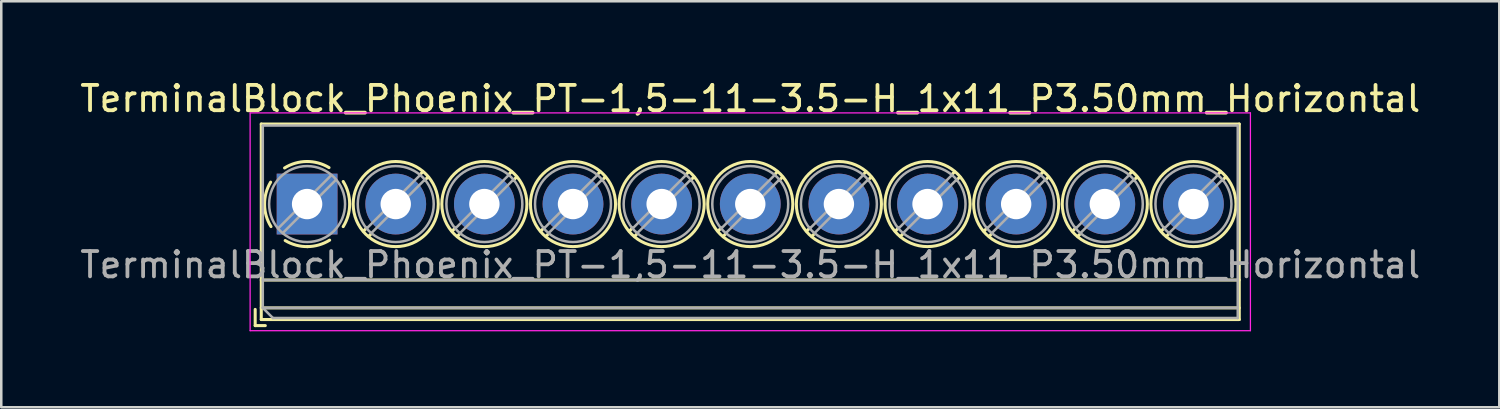
<source format=kicad_pcb>
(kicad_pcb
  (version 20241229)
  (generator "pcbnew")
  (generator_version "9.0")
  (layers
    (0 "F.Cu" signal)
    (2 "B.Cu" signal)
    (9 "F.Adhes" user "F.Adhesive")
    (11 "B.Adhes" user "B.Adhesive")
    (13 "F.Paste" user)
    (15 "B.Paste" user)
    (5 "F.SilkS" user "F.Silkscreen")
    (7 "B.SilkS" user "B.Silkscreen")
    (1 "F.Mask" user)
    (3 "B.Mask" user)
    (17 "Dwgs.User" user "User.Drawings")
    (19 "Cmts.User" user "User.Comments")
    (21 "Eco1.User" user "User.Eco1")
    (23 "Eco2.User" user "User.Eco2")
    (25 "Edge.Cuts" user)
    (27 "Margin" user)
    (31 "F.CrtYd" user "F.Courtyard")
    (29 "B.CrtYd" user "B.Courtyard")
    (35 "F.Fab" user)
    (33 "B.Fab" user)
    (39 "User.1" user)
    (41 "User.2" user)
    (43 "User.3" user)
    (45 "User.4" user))
  (footprint "TerminalBlock_Phoenix_PT-1,5-11-3.5-H_1x11_P3.50mm_Horizontal"
    (layer "F.Cu")
    (at 9.077 5.008)
    (property "Reference" "TerminalBlock_Phoenix_PT-1,5-11-3.5-H_1x11_P3.50mm_Horizontal" (at 17.5 -4.16 0) (layer "F.SilkS") (effects (font (size 1 1) (thickness 0.15))))
    (attr through_hole)
    (fp_line (start -2.05 4.16) (end -2.05 4.8) (stroke (width 0.12) (type solid)) (layer "F.SilkS"))
    (fp_line (start -2.05 4.8) (end -1.65 4.8) (stroke (width 0.12) (type solid)) (layer "F.SilkS"))
    (fp_line (start -1.81 -3.16) (end -1.81 4.56) (stroke (width 0.12) (type solid)) (layer "F.SilkS"))
    (fp_line (start -1.81 -3.16) (end 36.81 -3.16) (stroke (width 0.12) (type solid)) (layer "F.SilkS"))
    (fp_line (start -1.81 3) (end 36.81 3) (stroke (width 0.12) (type solid)) (layer "F.SilkS"))
    (fp_line (start -1.81 4.1) (end 36.81 4.1) (stroke (width 0.12) (type solid)) (layer "F.SilkS"))
    (fp_line (start -1.81 4.56) (end 36.81 4.56) (stroke (width 0.12) (type solid)) (layer "F.SilkS"))
    (fp_line (start 2.355 0.941) (end 2.226 1.069) (stroke (width 0.12) (type solid)) (layer "F.SilkS"))
    (fp_line (start 2.525 1.181) (end 2.431 1.274) (stroke (width 0.12) (type solid)) (layer "F.SilkS"))
    (fp_line (start 4.57 -1.275) (end 4.476 -1.181) (stroke (width 0.12) (type solid)) (layer "F.SilkS"))
    (fp_line (start 4.775 -1.069) (end 4.646 -0.941) (stroke (width 0.12) (type solid)) (layer "F.SilkS"))
    (fp_line (start 5.855 0.941) (end 5.726 1.069) (stroke (width 0.12) (type solid)) (layer "F.SilkS"))
    (fp_line (start 6.025 1.181) (end 5.931 1.274) (stroke (width 0.12) (type solid)) (layer "F.SilkS"))
    (fp_line (start 8.07 -1.275) (end 7.976 -1.181) (stroke (width 0.12) (type solid)) (layer "F.SilkS"))
    (fp_line (start 8.275 -1.069) (end 8.146 -0.941) (stroke (width 0.12) (type solid)) (layer "F.SilkS"))
    (fp_line (start 9.355 0.941) (end 9.226 1.069) (stroke (width 0.12) (type solid)) (layer "F.SilkS"))
    (fp_line (start 9.525 1.181) (end 9.431 1.274) (stroke (width 0.12) (type solid)) (layer "F.SilkS"))
    (fp_line (start 11.57 -1.275) (end 11.476 -1.181) (stroke (width 0.12) (type solid)) (layer "F.SilkS"))
    (fp_line (start 11.775 -1.069) (end 11.646 -0.941) (stroke (width 0.12) (type solid)) (layer "F.SilkS"))
    (fp_line (start 12.855 0.941) (end 12.726 1.069) (stroke (width 0.12) (type solid)) (layer "F.SilkS"))
    (fp_line (start 13.025 1.181) (end 12.931 1.274) (stroke (width 0.12) (type solid)) (layer "F.SilkS"))
    (fp_line (start 15.07 -1.275) (end 14.976 -1.181) (stroke (width 0.12) (type solid)) (layer "F.SilkS"))
    (fp_line (start 15.275 -1.069) (end 15.146 -0.941) (stroke (width 0.12) (type solid)) (layer "F.SilkS"))
    (fp_line (start 16.355 0.941) (end 16.226 1.069) (stroke (width 0.12) (type solid)) (layer "F.SilkS"))
    (fp_line (start 16.525 1.181) (end 16.431 1.274) (stroke (width 0.12) (type solid)) (layer "F.SilkS"))
    (fp_line (start 18.57 -1.275) (end 18.476 -1.181) (stroke (width 0.12) (type solid)) (layer "F.SilkS"))
    (fp_line (start 18.775 -1.069) (end 18.646 -0.941) (stroke (width 0.12) (type solid)) (layer "F.SilkS"))
    (fp_line (start 19.855 0.941) (end 19.726 1.069) (stroke (width 0.12) (type solid)) (layer "F.SilkS"))
    (fp_line (start 20.025 1.181) (end 19.931 1.274) (stroke (width 0.12) (type solid)) (layer "F.SilkS"))
    (fp_line (start 22.07 -1.275) (end 21.976 -1.181) (stroke (width 0.12) (type solid)) (layer "F.SilkS"))
    (fp_line (start 22.275 -1.069) (end 22.146 -0.941) (stroke (width 0.12) (type solid)) (layer "F.SilkS"))
    (fp_line (start 23.355 0.941) (end 23.226 1.069) (stroke (width 0.12) (type solid)) (layer "F.SilkS"))
    (fp_line (start 23.525 1.181) (end 23.431 1.274) (stroke (width 0.12) (type solid)) (layer "F.SilkS"))
    (fp_line (start 25.57 -1.275) (end 25.476 -1.181) (stroke (width 0.12) (type solid)) (layer "F.SilkS"))
    (fp_line (start 25.775 -1.069) (end 25.646 -0.941) (stroke (width 0.12) (type solid)) (layer "F.SilkS"))
    (fp_line (start 26.855 0.941) (end 26.726 1.069) (stroke (width 0.12) (type solid)) (layer "F.SilkS"))
    (fp_line (start 27.025 1.181) (end 26.931 1.274) (stroke (width 0.12) (type solid)) (layer "F.SilkS"))
    (fp_line (start 29.07 -1.275) (end 28.976 -1.181) (stroke (width 0.12) (type solid)) (layer "F.SilkS"))
    (fp_line (start 29.275 -1.069) (end 29.146 -0.941) (stroke (width 0.12) (type solid)) (layer "F.SilkS"))
    (fp_line (start 30.355 0.941) (end 30.226 1.069) (stroke (width 0.12) (type solid)) (layer "F.SilkS"))
    (fp_line (start 30.525 1.181) (end 30.431 1.274) (stroke (width 0.12) (type solid)) (layer "F.SilkS"))
    (fp_line (start 32.57 -1.275) (end 32.476 -1.181) (stroke (width 0.12) (type solid)) (layer "F.SilkS"))
    (fp_line (start 32.775 -1.069) (end 32.646 -0.941) (stroke (width 0.12) (type solid)) (layer "F.SilkS"))
    (fp_line (start 33.855 0.941) (end 33.726 1.069) (stroke (width 0.12) (type solid)) (layer "F.SilkS"))
    (fp_line (start 34.025 1.181) (end 33.931 1.274) (stroke (width 0.12) (type solid)) (layer "F.SilkS"))
    (fp_line (start 36.07 -1.275) (end 35.976 -1.181) (stroke (width 0.12) (type solid)) (layer "F.SilkS"))
    (fp_line (start 36.275 -1.069) (end 36.146 -0.941) (stroke (width 0.12) (type solid)) (layer "F.SilkS"))
    (fp_line (start 36.81 -3.16) (end 36.81 4.56) (stroke (width 0.12) (type solid)) (layer "F.SilkS"))
    (fp_arc (start -1.425358 0.889894) (mid -1.680286 0.014012) (end -1.44 -0.866) (stroke (width 0.12) (type solid)) (layer "F.SilkS"))
    (fp_arc (start -0.889894 -1.425358) (mid -0.014012 -1.680286) (end 0.866 -1.44) (stroke (width 0.12) (type solid)) (layer "F.SilkS"))
    (fp_arc (start 0.028674 1.680099) (mid -0.435535 1.622918) (end -0.866 1.44) (stroke (width 0.12) (type solid)) (layer "F.SilkS"))
    (fp_arc (start 0.890264 1.424721) (mid 0.463071 1.61492) (end 0 1.68) (stroke (width 0.12) (type solid)) (layer "F.SilkS"))
    (fp_arc (start 1.425504 -0.890193) (mid 1.680626 0.000476) (end 1.425 0.891) (stroke (width 0.12) (type solid)) (layer "F.SilkS"))
    (fp_circle (center 3.5 0) (end 5.18 0) (stroke (width 0.12) (type solid)) (fill no) (layer "F.SilkS"))
    (fp_circle (center 7 0) (end 8.68 0) (stroke (width 0.12) (type solid)) (fill no) (layer "F.SilkS"))
    (fp_circle (center 10.5 0) (end 12.18 0) (stroke (width 0.12) (type solid)) (fill no) (layer "F.SilkS"))
    (fp_circle (center 14 0) (end 15.68 0) (stroke (width 0.12) (type solid)) (fill no) (layer "F.SilkS"))
    (fp_circle (center 17.5 0) (end 19.18 0) (stroke (width 0.12) (type solid)) (fill no) (layer "F.SilkS"))
    (fp_circle (center 21 0) (end 22.68 0) (stroke (width 0.12) (type solid)) (fill no) (layer "F.SilkS"))
    (fp_circle (center 24.5 0) (end 26.18 0) (stroke (width 0.12) (type solid)) (fill no) (layer "F.SilkS"))
    (fp_circle (center 28 0) (end 29.68 0) (stroke (width 0.12) (type solid)) (fill no) (layer "F.SilkS"))
    (fp_circle (center 31.5 0) (end 33.18 0) (stroke (width 0.12) (type solid)) (fill no) (layer "F.SilkS"))
    (fp_circle (center 35 0) (end 36.68 0) (stroke (width 0.12) (type solid)) (fill no) (layer "F.SilkS"))
    (fp_line (start -2.25 -3.6) (end -2.25 5) (stroke (width 0.05) (type solid)) (layer "F.CrtYd"))
    (fp_line (start -2.25 5) (end 37.25 5) (stroke (width 0.05) (type solid)) (layer "F.CrtYd"))
    (fp_line (start 37.25 -3.6) (end -2.25 -3.6) (stroke (width 0.05) (type solid)) (layer "F.CrtYd"))
    (fp_line (start 37.25 5) (end 37.25 -3.6) (stroke (width 0.05) (type solid)) (layer "F.CrtYd"))
    (fp_line (start -1.75 -3.1) (end 36.75 -3.1) (stroke (width 0.1) (type solid)) (layer "F.Fab"))
    (fp_line (start -1.75 3) (end 36.75 3) (stroke (width 0.1) (type solid)) (layer "F.Fab"))
    (fp_line (start -1.75 4.1) (end -1.75 -3.1) (stroke (width 0.1) (type solid)) (layer "F.Fab"))
    (fp_line (start -1.75 4.1) (end 36.75 4.1) (stroke (width 0.1) (type solid)) (layer "F.Fab"))
    (fp_line (start -1.35 4.5) (end -1.75 4.1) (stroke (width 0.1) (type solid)) (layer "F.Fab"))
    (fp_line (start 0.955 -1.138) (end -1.138 0.955) (stroke (width 0.1) (type solid)) (layer "F.Fab"))
    (fp_line (start 1.138 -0.955) (end -0.955 1.138) (stroke (width 0.1) (type solid)) (layer "F.Fab"))
    (fp_line (start 4.455 -1.138) (end 2.363 0.955) (stroke (width 0.1) (type solid)) (layer "F.Fab"))
    (fp_line (start 4.638 -0.955) (end 2.546 1.138) (stroke (width 0.1) (type solid)) (layer "F.Fab"))
    (fp_line (start 7.955 -1.138) (end 5.863 0.955) (stroke (width 0.1) (type solid)) (layer "F.Fab"))
    (fp_line (start 8.138 -0.955) (end 6.046 1.138) (stroke (width 0.1) (type solid)) (layer "F.Fab"))
    (fp_line (start 11.455 -1.138) (end 9.363 0.955) (stroke (width 0.1) (type solid)) (layer "F.Fab"))
    (fp_line (start 11.638 -0.955) (end 9.546 1.138) (stroke (width 0.1) (type solid)) (layer "F.Fab"))
    (fp_line (start 14.955 -1.138) (end 12.863 0.955) (stroke (width 0.1) (type solid)) (layer "F.Fab"))
    (fp_line (start 15.138 -0.955) (end 13.046 1.138) (stroke (width 0.1) (type solid)) (layer "F.Fab"))
    (fp_line (start 18.455 -1.138) (end 16.363 0.955) (stroke (width 0.1) (type solid)) (layer "F.Fab"))
    (fp_line (start 18.638 -0.955) (end 16.546 1.138) (stroke (width 0.1) (type solid)) (layer "F.Fab"))
    (fp_line (start 21.955 -1.138) (end 19.863 0.955) (stroke (width 0.1) (type solid)) (layer "F.Fab"))
    (fp_line (start 22.138 -0.955) (end 20.046 1.138) (stroke (width 0.1) (type solid)) (layer "F.Fab"))
    (fp_line (start 25.455 -1.138) (end 23.363 0.955) (stroke (width 0.1) (type solid)) (layer "F.Fab"))
    (fp_line (start 25.638 -0.955) (end 23.546 1.138) (stroke (width 0.1) (type solid)) (layer "F.Fab"))
    (fp_line (start 28.955 -1.138) (end 26.863 0.955) (stroke (width 0.1) (type solid)) (layer "F.Fab"))
    (fp_line (start 29.138 -0.955) (end 27.046 1.138) (stroke (width 0.1) (type solid)) (layer "F.Fab"))
    (fp_line (start 32.455 -1.138) (end 30.363 0.955) (stroke (width 0.1) (type solid)) (layer "F.Fab"))
    (fp_line (start 32.638 -0.955) (end 30.546 1.138) (stroke (width 0.1) (type solid)) (layer "F.Fab"))
    (fp_line (start 35.955 -1.138) (end 33.863 0.955) (stroke (width 0.1) (type solid)) (layer "F.Fab"))
    (fp_line (start 36.138 -0.955) (end 34.046 1.138) (stroke (width 0.1) (type solid)) (layer "F.Fab"))
    (fp_line (start 36.75 -3.1) (end 36.75 4.5) (stroke (width 0.1) (type solid)) (layer "F.Fab"))
    (fp_line (start 36.75 4.5) (end -1.35 4.5) (stroke (width 0.1) (type solid)) (layer "F.Fab"))
    (fp_circle (center 0 0) (end 1.5 0) (stroke (width 0.1) (type solid)) (fill no) (layer "F.Fab"))
    (fp_circle (center 3.5 0) (end 5 0) (stroke (width 0.1) (type solid)) (fill no) (layer "F.Fab"))
    (fp_circle (center 7 0) (end 8.5 0) (stroke (width 0.1) (type solid)) (fill no) (layer "F.Fab"))
    (fp_circle (center 10.5 0) (end 12 0) (stroke (width 0.1) (type solid)) (fill no) (layer "F.Fab"))
    (fp_circle (center 14 0) (end 15.5 0) (stroke (width 0.1) (type solid)) (fill no) (layer "F.Fab"))
    (fp_circle (center 17.5 0) (end 19 0) (stroke (width 0.1) (type solid)) (fill no) (layer "F.Fab"))
    (fp_circle (center 21 0) (end 22.5 0) (stroke (width 0.1) (type solid)) (fill no) (layer "F.Fab"))
    (fp_circle (center 24.5 0) (end 26 0) (stroke (width 0.1) (type solid)) (fill no) (layer "F.Fab"))
    (fp_circle (center 28 0) (end 29.5 0) (stroke (width 0.1) (type solid)) (fill no) (layer "F.Fab"))
    (fp_circle (center 31.5 0) (end 33 0) (stroke (width 0.1) (type solid)) (fill no) (layer "F.Fab"))
    (fp_circle (center 35 0) (end 36.5 0) (stroke (width 0.1) (type solid)) (fill no) (layer "F.Fab"))
    (fp_text user "${REFERENCE}" (at 17.5 2.4 0) (layer "F.Fab") (effects (font (size 1 1) (thickness 0.15))))
    (pad "1" thru_hole rect (at 0 0) (size 2.4 2.4) (drill 1.2) (layers "*.Cu" "*.Mask"))
    (pad "2" thru_hole circle (at 3.5 0) (size 2.4 2.4) (drill 1.2) (layers "*.Cu" "*.Mask"))
    (pad "3" thru_hole circle (at 7 0) (size 2.4 2.4) (drill 1.2) (layers "*.Cu" "*.Mask"))
    (pad "4" thru_hole circle (at 10.5 0) (size 2.4 2.4) (drill 1.2) (layers "*.Cu" "*.Mask"))
    (pad "5" thru_hole circle (at 14 0) (size 2.4 2.4) (drill 1.2) (layers "*.Cu" "*.Mask"))
    (pad "6" thru_hole circle (at 17.5 0) (size 2.4 2.4) (drill 1.2) (layers "*.Cu" "*.Mask"))
    (pad "7" thru_hole circle (at 21 0) (size 2.4 2.4) (drill 1.2) (layers "*.Cu" "*.Mask"))
    (pad "8" thru_hole circle (at 24.5 0) (size 2.4 2.4) (drill 1.2) (layers "*.Cu" "*.Mask"))
    (pad "9" thru_hole circle (at 28 0) (size 2.4 2.4) (drill 1.2) (layers "*.Cu" "*.Mask"))
    (pad "10" thru_hole circle (at 31.5 0) (size 2.4 2.4) (drill 1.2) (layers "*.Cu" "*.Mask"))
    (pad "11" thru_hole circle (at 35 0) (size 2.4 2.4) (drill 1.2) (layers "*.Cu" "*.Mask")))
  (gr_rect
    (start -3 -3)
    (end 56.155 13.033)
    (stroke (width 0.1) (type default))
    (fill no)
    (layer "Edge.Cuts")))
</source>
